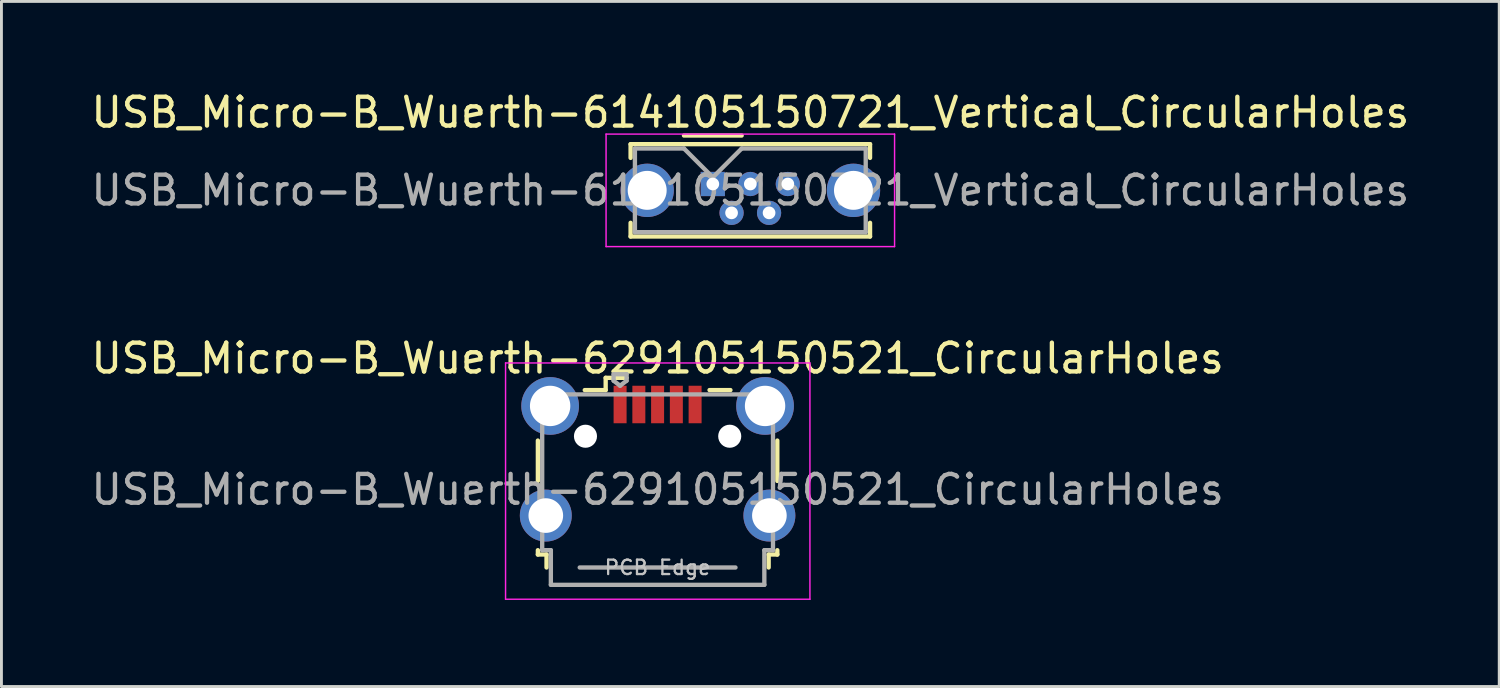
<source format=kicad_pcb>
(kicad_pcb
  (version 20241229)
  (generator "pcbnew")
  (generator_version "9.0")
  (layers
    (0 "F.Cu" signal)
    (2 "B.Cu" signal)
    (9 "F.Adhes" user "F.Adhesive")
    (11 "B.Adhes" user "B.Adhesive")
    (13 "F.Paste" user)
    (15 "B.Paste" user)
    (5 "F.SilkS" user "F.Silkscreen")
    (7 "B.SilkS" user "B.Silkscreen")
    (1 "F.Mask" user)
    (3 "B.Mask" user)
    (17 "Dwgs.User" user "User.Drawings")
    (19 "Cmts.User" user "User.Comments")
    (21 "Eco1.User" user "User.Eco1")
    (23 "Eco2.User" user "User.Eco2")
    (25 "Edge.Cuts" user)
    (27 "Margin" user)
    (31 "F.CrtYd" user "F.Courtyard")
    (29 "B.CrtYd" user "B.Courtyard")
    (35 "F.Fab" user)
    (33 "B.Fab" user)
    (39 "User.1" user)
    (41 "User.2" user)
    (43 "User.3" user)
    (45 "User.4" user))
  (footprint "USB_Micro-B_Wuerth-614105150721_Vertical_CircularHoles"
    (layer "F.Cu")
    (at 21.658 3.328)
    (property "Reference" "USB_Micro-B_Wuerth-614105150721_Vertical_CircularHoles" (at 1.3 -2.48 0) (layer "F.SilkS") (effects (font (size 1 1) (thickness 0.15))))
    (attr through_hole)
    (fp_line (start -2.85 -1.38) (end 5.45 -1.38) (stroke (width 0.15) (type solid)) (layer "F.SilkS"))
    (fp_line (start -2.85 -0.905) (end -2.85 -1.38) (stroke (width 0.15) (type solid)) (layer "F.SilkS"))
    (fp_line (start -2.85 1.345) (end -2.85 1.82) (stroke (width 0.15) (type solid)) (layer "F.SilkS"))
    (fp_line (start -2.85 1.82) (end 5.45 1.82) (stroke (width 0.15) (type solid)) (layer "F.SilkS"))
    (fp_line (start -1 -1.68) (end 1 -1.68) (stroke (width 0.15) (type solid)) (layer "F.SilkS"))
    (fp_line (start 5.45 -1.38) (end 5.45 -0.905) (stroke (width 0.15) (type solid)) (layer "F.SilkS"))
    (fp_line (start 5.45 1.82) (end 5.45 1.345) (stroke (width 0.15) (type solid)) (layer "F.SilkS"))
    (fp_line (start -3.7 -1.73) (end -3.7 2.17) (stroke (width 0.05) (type solid)) (layer "F.CrtYd"))
    (fp_line (start -3.7 2.17) (end 6.3 2.17) (stroke (width 0.05) (type solid)) (layer "F.CrtYd"))
    (fp_line (start 6.3 -1.73) (end -3.7 -1.73) (stroke (width 0.05) (type solid)) (layer "F.CrtYd"))
    (fp_line (start 6.3 2.17) (end 6.3 -1.73) (stroke (width 0.05) (type solid)) (layer "F.CrtYd"))
    (fp_line (start -2.7 -1.23) (end -1 -1.23) (stroke (width 0.15) (type solid)) (layer "F.Fab"))
    (fp_line (start -2.7 1.67) (end -2.7 -1.23) (stroke (width 0.15) (type solid)) (layer "F.Fab"))
    (fp_line (start -1 -1.23) (end 0 -0.23) (stroke (width 0.15) (type solid)) (layer "F.Fab"))
    (fp_line (start 0 -0.23) (end 1 -1.23) (stroke (width 0.15) (type solid)) (layer "F.Fab"))
    (fp_line (start 1 -1.23) (end 5.3 -1.23) (stroke (width 0.15) (type solid)) (layer "F.Fab"))
    (fp_line (start 5.3 -1.23) (end 5.3 1.67) (stroke (width 0.15) (type solid)) (layer "F.Fab"))
    (fp_line (start 5.3 1.67) (end -2.7 1.67) (stroke (width 0.15) (type solid)) (layer "F.Fab"))
    (fp_text user "${REFERENCE}" (at 1.3 0.22 0) (layer "F.Fab") (effects (font (size 1 1) (thickness 0.15))))
    (pad "1" thru_hole rect (at 0 0) (size 0.84 0.84) (drill 0.44) (layers "*.Cu" "*.Mask"))
    (pad "2" thru_hole circle (at 0.65 1) (size 0.84 0.84) (drill 0.44) (layers "*.Cu" "*.Mask"))
    (pad "3" thru_hole circle (at 1.3 0) (size 0.84 0.84) (drill 0.44) (layers "*.Cu" "*.Mask"))
    (pad "4" thru_hole circle (at 1.95 1) (size 0.84 0.84) (drill 0.44) (layers "*.Cu" "*.Mask"))
    (pad "5" thru_hole circle (at 2.6 0) (size 0.84 0.84) (drill 0.44) (layers "*.Cu" "*.Mask"))
    (pad "6" thru_hole circle (at -2.275 0.22) (size 1.85 1.85) (drill 1.35) (layers "*.Cu" "*.Mask"))
    (pad "6" thru_hole circle (at 4.875 0.22) (size 1.85 1.85) (drill 1.35) (layers "*.Cu" "*.Mask")))
  (footprint "USB_Micro-B_Wuerth-629105150521_CircularHoles"
    (layer "F.Cu")
    (at 19.744 12.871)
    (property "Reference" "USB_Micro-B_Wuerth-629105150521_CircularHoles" (at 0 -3.5 0) (layer "F.SilkS") (effects (font (size 1 1) (thickness 0.15))))
    (attr smd)
    (fp_line (start -4.15 -0.65) (end -4.15 0.75) (stroke (width 0.15) (type solid)) (layer "F.SilkS"))
    (fp_line (start -4.15 3.15) (end -4.15 3.3) (stroke (width 0.15) (type solid)) (layer "F.SilkS"))
    (fp_line (start -4.15 3.3) (end -3.85 3.3) (stroke (width 0.15) (type solid)) (layer "F.SilkS"))
    (fp_line (start -3.85 3.3) (end -3.85 3.75) (stroke (width 0.15) (type solid)) (layer "F.SilkS"))
    (fp_line (start -1.8 -2.825) (end -1.8 -2.4) (stroke (width 0.15) (type solid)) (layer "F.SilkS"))
    (fp_line (start -1.8 -2.4) (end -2.525 -2.4) (stroke (width 0.15) (type solid)) (layer "F.SilkS"))
    (fp_line (start -1.075 -2.825) (end -1.8 -2.825) (stroke (width 0.15) (type solid)) (layer "F.SilkS"))
    (fp_line (start 1.8 -2.4) (end 2.525 -2.4) (stroke (width 0.15) (type solid)) (layer "F.SilkS"))
    (fp_line (start 3.85 3.3) (end 4.15 3.3) (stroke (width 0.15) (type solid)) (layer "F.SilkS"))
    (fp_line (start 3.85 3.75) (end 3.85 3.3) (stroke (width 0.15) (type solid)) (layer "F.SilkS"))
    (fp_line (start 4.15 0.75) (end 4.15 -0.65) (stroke (width 0.15) (type solid)) (layer "F.SilkS"))
    (fp_line (start 4.15 3.3) (end 4.15 3.15) (stroke (width 0.15) (type solid)) (layer "F.SilkS"))
    (fp_line (start -5.27 -3.34) (end -5.27 4.85) (stroke (width 0.05) (type solid)) (layer "F.CrtYd"))
    (fp_line (start -5.27 4.85) (end 5.28 4.85) (stroke (width 0.05) (type solid)) (layer "F.CrtYd"))
    (fp_line (start 5.28 -3.34) (end -5.27 -3.34) (stroke (width 0.05) (type solid)) (layer "F.CrtYd"))
    (fp_line (start 5.28 4.85) (end 5.28 -3.34) (stroke (width 0.05) (type solid)) (layer "F.CrtYd"))
    (fp_line (start -4 -2.25) (end -4 3.15) (stroke (width 0.15) (type solid)) (layer "F.Fab"))
    (fp_line (start -4 3.15) (end -3.7 3.15) (stroke (width 0.15) (type solid)) (layer "F.Fab"))
    (fp_line (start -3.7 3.15) (end -3.7 4.35) (stroke (width 0.15) (type solid)) (layer "F.Fab"))
    (fp_line (start -3.7 4.35) (end 3.7 4.35) (stroke (width 0.15) (type solid)) (layer "F.Fab"))
    (fp_line (start -2.7 3.75) (end 2.7 3.75) (stroke (width 0.15) (type solid)) (layer "F.Fab"))
    (fp_line (start -1.525 -2.95) (end -1.075 -2.95) (stroke (width 0.15) (type solid)) (layer "F.Fab"))
    (fp_line (start -1.525 -2.725) (end -1.525 -2.95) (stroke (width 0.15) (type solid)) (layer "F.Fab"))
    (fp_line (start -1.3 -2.55) (end -1.525 -2.725) (stroke (width 0.15) (type solid)) (layer "F.Fab"))
    (fp_line (start -1.075 -2.95) (end -1.075 -2.725) (stroke (width 0.15) (type solid)) (layer "F.Fab"))
    (fp_line (start -1.075 -2.725) (end -1.3 -2.55) (stroke (width 0.15) (type solid)) (layer "F.Fab"))
    (fp_line (start 3.7 3.15) (end 4 3.15) (stroke (width 0.15) (type solid)) (layer "F.Fab"))
    (fp_line (start 3.7 4.35) (end 3.7 3.15) (stroke (width 0.15) (type solid)) (layer "F.Fab"))
    (fp_line (start 4 -2.25) (end -4 -2.25) (stroke (width 0.15) (type solid)) (layer "F.Fab"))
    (fp_line (start 4 3.15) (end 4 -2.25) (stroke (width 0.15) (type solid)) (layer "F.Fab"))
    (fp_text user "PCB Edge" (at 0 3.75 0) (layer "Dwgs.User") (effects (font (size 0.5 0.5) (thickness 0.08))))
    (fp_text user "${REFERENCE}" (at 0 1.05 0) (layer "F.Fab") (effects (font (size 1 1) (thickness 0.15))))
    (pad "" np_thru_hole circle (at -2.5 -0.8) (size 0.8 0.8) (drill 0.8) (layers "*.Cu" "*.Mask"))
    (pad "" np_thru_hole circle (at 2.5 -0.8) (size 0.8 0.8) (drill 0.8) (layers "*.Cu" "*.Mask"))
    (pad "1" smd rect (at -1.3 -1.9) (size 0.45 1.3) (layers "F.Cu" "F.Mask" "F.Paste"))
    (pad "2" smd rect (at -0.65 -1.9) (size 0.45 1.3) (layers "F.Cu" "F.Mask" "F.Paste"))
    (pad "3" smd rect (at 0 -1.9) (size 0.45 1.3) (layers "F.Cu" "F.Mask" "F.Paste"))
    (pad "4" smd rect (at 0.65 -1.9) (size 0.45 1.3) (layers "F.Cu" "F.Mask" "F.Paste"))
    (pad "5" smd rect (at 1.3 -1.9) (size 0.45 1.3) (layers "F.Cu" "F.Mask" "F.Paste"))
    (pad "6" thru_hole circle (at -3.875 1.95) (size 1.8 1.8) (drill 1.2) (layers "*.Cu" "*.Mask"))
    (pad "6" thru_hole circle (at -3.725 -1.85) (size 2 2) (drill 1.4) (layers "*.Cu" "*.Mask"))
    (pad "6" thru_hole circle (at 3.725 -1.85) (size 2 2) (drill 1.4) (layers "*.Cu" "*.Mask"))
    (pad "6" thru_hole circle (at 3.875 1.95) (size 1.8 1.8) (drill 1.2) (layers "*.Cu" "*.Mask")))
  (gr_rect
    (start -3 -3)
    (end 48.917 20.747)
    (stroke (width 0.1) (type default))
    (fill no)
    (layer "Edge.Cuts")))
</source>
